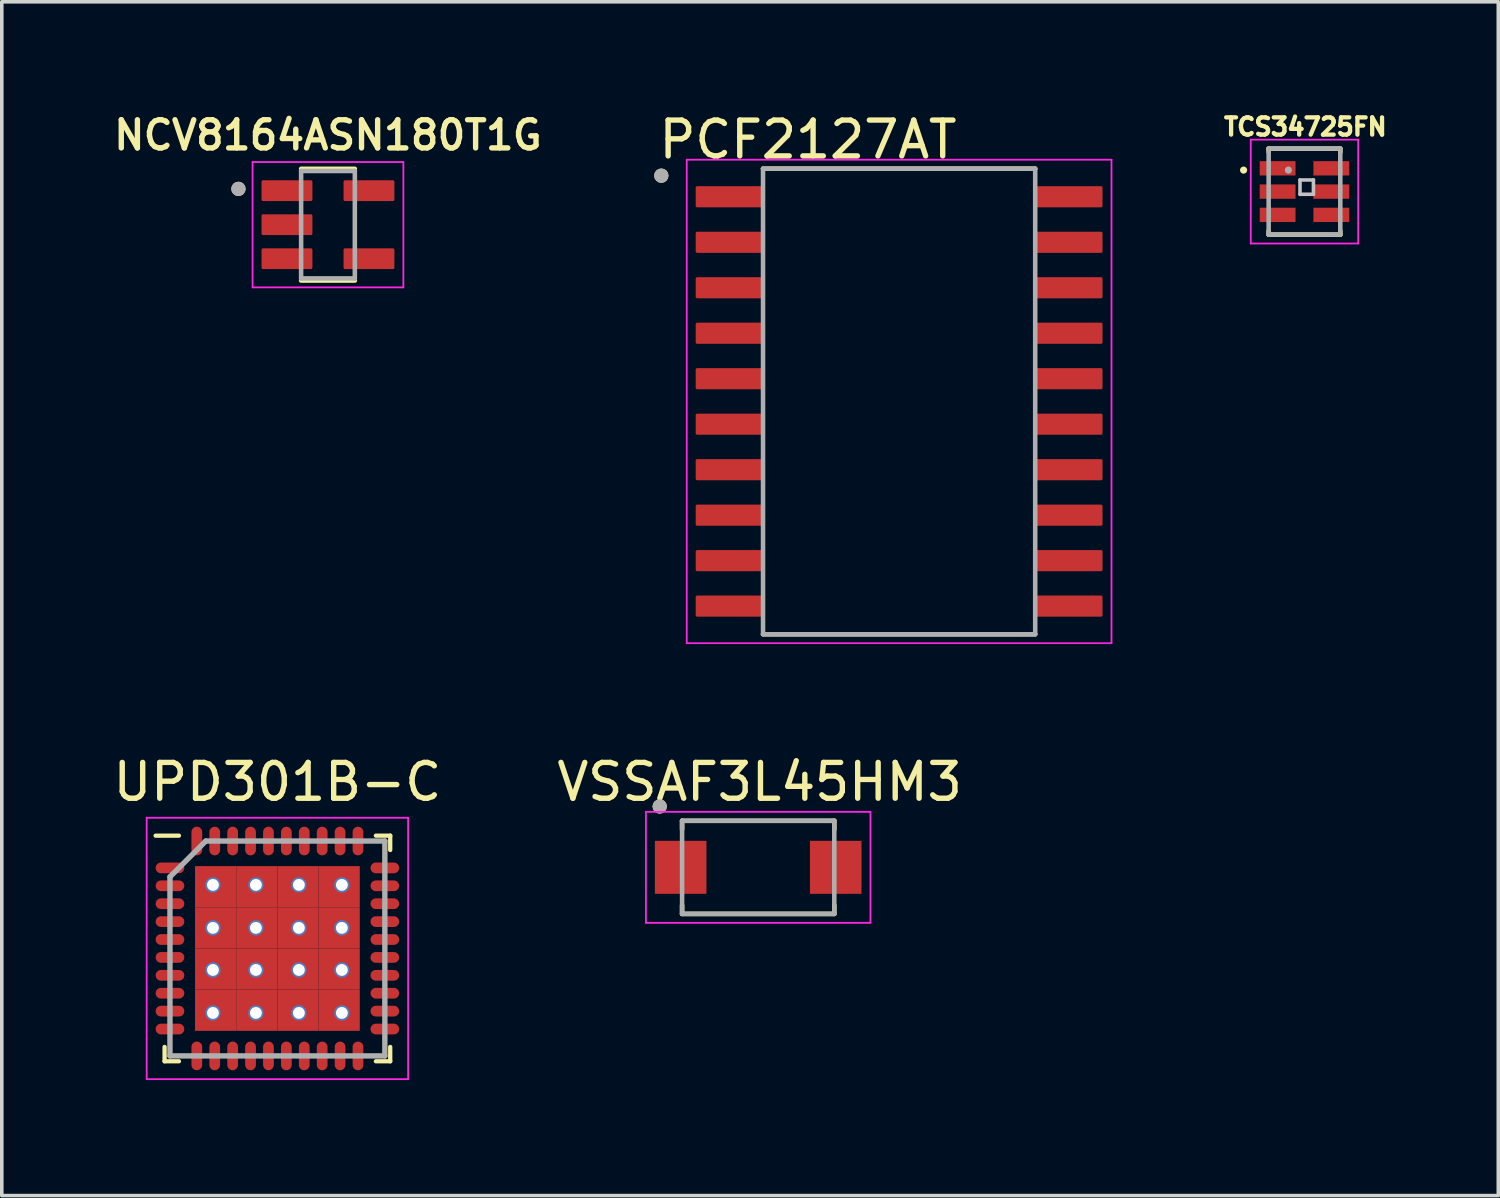
<source format=kicad_pcb>
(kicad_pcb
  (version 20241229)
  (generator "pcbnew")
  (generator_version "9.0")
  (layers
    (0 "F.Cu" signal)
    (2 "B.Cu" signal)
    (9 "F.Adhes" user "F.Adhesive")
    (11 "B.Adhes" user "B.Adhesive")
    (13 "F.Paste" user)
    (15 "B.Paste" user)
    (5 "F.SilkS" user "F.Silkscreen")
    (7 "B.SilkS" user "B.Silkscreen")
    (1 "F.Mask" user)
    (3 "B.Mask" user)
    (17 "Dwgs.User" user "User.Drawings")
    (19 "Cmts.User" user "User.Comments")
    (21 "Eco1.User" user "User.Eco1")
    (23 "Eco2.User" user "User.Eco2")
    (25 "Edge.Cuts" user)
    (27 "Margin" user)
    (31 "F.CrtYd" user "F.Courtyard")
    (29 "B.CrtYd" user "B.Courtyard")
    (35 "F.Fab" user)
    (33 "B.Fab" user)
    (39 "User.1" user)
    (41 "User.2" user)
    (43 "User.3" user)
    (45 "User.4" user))
  (footprint "TCS34725FN"
    (layer "F.Cu")
    (at 33.375 2.3)
    (property "Reference" "TCS34725FN" (at 0.024 -1.808 0) (layer "F.SilkS") (effects (font (size 0.481 0.481) (thickness 0.15))))
    (attr through_hole)
    (fp_line (start -1 -1.2) (end 1 -1.2) (stroke (width 0.127) (type solid)) (layer "F.SilkS"))
    (fp_line (start -1 -1.1) (end -1 -1.2) (stroke (width 0.127) (type solid)) (layer "F.SilkS"))
    (fp_line (start -1 1.2) (end -1 1.1) (stroke (width 0.127) (type solid)) (layer "F.SilkS"))
    (fp_line (start 1 -1.2) (end 1 -1.1) (stroke (width 0.127) (type solid)) (layer "F.SilkS"))
    (fp_line (start 1 1.1) (end 1 1.2) (stroke (width 0.127) (type solid)) (layer "F.SilkS"))
    (fp_line (start 1 1.2) (end -1 1.2) (stroke (width 0.127) (type solid)) (layer "F.SilkS"))
    (fp_circle (center -1.7 -0.6) (end -1.65 -0.6) (stroke (width 0.1) (type solid)) (fill no) (layer "F.SilkS"))
    (fp_line (start -0.125 -0.325) (end 0.25 -0.325) (stroke (width 0.1) (type solid)) (layer "Dwgs.User"))
    (fp_line (start -0.125 0.075) (end -0.125 -0.325) (stroke (width 0.1) (type solid)) (layer "Dwgs.User"))
    (fp_line (start 0.25 -0.325) (end 0.25 0.075) (stroke (width 0.1) (type solid)) (layer "Dwgs.User"))
    (fp_line (start 0.25 0.075) (end -0.125 0.075) (stroke (width 0.1) (type solid)) (layer "Dwgs.User"))
    (fp_line (start -1.5 -1.45) (end 1.5 -1.45) (stroke (width 0.05) (type solid)) (layer "F.CrtYd"))
    (fp_line (start -1.5 1.45) (end -1.5 -1.45) (stroke (width 0.05) (type solid)) (layer "F.CrtYd"))
    (fp_line (start 1.5 -1.45) (end 1.5 1.45) (stroke (width 0.05) (type solid)) (layer "F.CrtYd"))
    (fp_line (start 1.5 1.45) (end -1.5 1.45) (stroke (width 0.05) (type solid)) (layer "F.CrtYd"))
    (fp_line (start -1 -1.2) (end 1 -1.2) (stroke (width 0.127) (type solid)) (layer "F.Fab"))
    (fp_line (start -1 1.2) (end -1 -1.2) (stroke (width 0.127) (type solid)) (layer "F.Fab"))
    (fp_line (start 1 -1.2) (end 1 1.2) (stroke (width 0.127) (type solid)) (layer "F.Fab"))
    (fp_line (start 1 1.2) (end -1 1.2) (stroke (width 0.127) (type solid)) (layer "F.Fab"))
    (fp_circle (center -0.45 -0.6) (end -0.4 -0.6) (stroke (width 0.1) (type solid)) (fill no) (layer "F.Fab"))
    (pad "1" smd rect (at -0.75 -0.65) (size 1 0.4) (layers "F.Cu" "F.Mask" "F.Paste"))
    (pad "2" smd rect (at -0.75 0) (size 1 0.4) (layers "F.Cu" "F.Mask" "F.Paste"))
    (pad "3" smd rect (at -0.75 0.65) (size 1 0.4) (layers "F.Cu" "F.Mask" "F.Paste"))
    (pad "4" smd rect (at 0.75 0.65) (size 1 0.4) (layers "F.Cu" "F.Mask" "F.Paste"))
    (pad "5" smd rect (at 0.75 0) (size 1 0.4) (layers "F.Cu" "F.Mask" "F.Paste"))
    (pad "6" smd rect (at 0.75 -0.65) (size 1 0.4) (layers "F.Cu" "F.Mask" "F.Paste")))
  (footprint "PCF2127AT"
    (layer "F.Cu")
    (at 22.056 8.16)
    (property "Reference" "PCF2127AT" (at -2.545 -7.312 0) (layer "F.SilkS") (effects (font (size 1 1) (thickness 0.15))))
    (attr through_hole)
    (fp_line (start -3.8 -6.5) (end 3.8 -6.5) (stroke (width 0.127) (type solid)) (layer "F.SilkS"))
    (fp_line (start -3.8 6.5) (end 3.8 6.5) (stroke (width 0.127) (type solid)) (layer "F.SilkS"))
    (fp_circle (center -6.64 -6.305) (end -6.54 -6.305) (stroke (width 0.2) (type solid)) (fill no) (layer "F.SilkS"))
    (fp_line (start -5.93 -6.75) (end -5.93 6.75) (stroke (width 0.05) (type solid)) (layer "F.CrtYd"))
    (fp_line (start -5.93 -6.75) (end 5.93 -6.75) (stroke (width 0.05) (type solid)) (layer "F.CrtYd"))
    (fp_line (start -5.93 6.75) (end 5.93 6.75) (stroke (width 0.05) (type solid)) (layer "F.CrtYd"))
    (fp_line (start 5.93 -6.75) (end 5.93 6.75) (stroke (width 0.05) (type solid)) (layer "F.CrtYd"))
    (fp_line (start -3.8 -6.5) (end -3.8 6.5) (stroke (width 0.127) (type solid)) (layer "F.Fab"))
    (fp_line (start -3.8 -6.5) (end 3.8 -6.5) (stroke (width 0.127) (type solid)) (layer "F.Fab"))
    (fp_line (start -3.8 6.5) (end 3.8 6.5) (stroke (width 0.127) (type solid)) (layer "F.Fab"))
    (fp_line (start 3.8 -6.5) (end 3.8 6.5) (stroke (width 0.127) (type solid)) (layer "F.Fab"))
    (fp_circle (center -6.64 -6.305) (end -6.54 -6.305) (stroke (width 0.2) (type solid)) (fill no) (layer "F.Fab"))
    (pad "1" smd roundrect (at -4.72 -5.715) (size 1.92 0.59) (layers "F.Cu" "F.Mask" "F.Paste") (roundrect_rratio 0.07))
    (pad "2" smd roundrect (at -4.72 -4.445) (size 1.92 0.59) (layers "F.Cu" "F.Mask" "F.Paste") (roundrect_rratio 0.07))
    (pad "3" smd roundrect (at -4.72 -3.175) (size 1.92 0.59) (layers "F.Cu" "F.Mask" "F.Paste") (roundrect_rratio 0.07))
    (pad "4" smd roundrect (at -4.72 -1.905) (size 1.92 0.59) (layers "F.Cu" "F.Mask" "F.Paste") (roundrect_rratio 0.07))
    (pad "5" smd roundrect (at -4.72 -0.635) (size 1.92 0.59) (layers "F.Cu" "F.Mask" "F.Paste") (roundrect_rratio 0.07))
    (pad "6" smd roundrect (at -4.72 0.635) (size 1.92 0.59) (layers "F.Cu" "F.Mask" "F.Paste") (roundrect_rratio 0.07))
    (pad "7" smd roundrect (at -4.72 1.905) (size 1.92 0.59) (layers "F.Cu" "F.Mask" "F.Paste") (roundrect_rratio 0.07))
    (pad "8" smd roundrect (at -4.72 3.175) (size 1.92 0.59) (layers "F.Cu" "F.Mask" "F.Paste") (roundrect_rratio 0.07))
    (pad "9" smd roundrect (at -4.72 4.445) (size 1.92 0.59) (layers "F.Cu" "F.Mask" "F.Paste") (roundrect_rratio 0.07))
    (pad "10" smd roundrect (at -4.72 5.715) (size 1.92 0.59) (layers "F.Cu" "F.Mask" "F.Paste") (roundrect_rratio 0.07))
    (pad "11" smd roundrect (at 4.72 5.715) (size 1.92 0.59) (layers "F.Cu" "F.Mask" "F.Paste") (roundrect_rratio 0.07))
    (pad "12" smd roundrect (at 4.72 4.445) (size 1.92 0.59) (layers "F.Cu" "F.Mask" "F.Paste") (roundrect_rratio 0.07))
    (pad "13" smd roundrect (at 4.72 3.175) (size 1.92 0.59) (layers "F.Cu" "F.Mask" "F.Paste") (roundrect_rratio 0.07))
    (pad "14" smd roundrect (at 4.72 1.905) (size 1.92 0.59) (layers "F.Cu" "F.Mask" "F.Paste") (roundrect_rratio 0.07))
    (pad "15" smd roundrect (at 4.72 0.635) (size 1.92 0.59) (layers "F.Cu" "F.Mask" "F.Paste") (roundrect_rratio 0.07))
    (pad "16" smd roundrect (at 4.72 -0.635) (size 1.92 0.59) (layers "F.Cu" "F.Mask" "F.Paste") (roundrect_rratio 0.07))
    (pad "17" smd roundrect (at 4.72 -1.905) (size 1.92 0.59) (layers "F.Cu" "F.Mask" "F.Paste") (roundrect_rratio 0.07))
    (pad "18" smd roundrect (at 4.72 -3.175) (size 1.92 0.59) (layers "F.Cu" "F.Mask" "F.Paste") (roundrect_rratio 0.07))
    (pad "19" smd roundrect (at 4.72 -4.445) (size 1.92 0.59) (layers "F.Cu" "F.Mask" "F.Paste") (roundrect_rratio 0.07))
    (pad "20" smd roundrect (at 4.72 -5.715) (size 1.92 0.59) (layers "F.Cu" "F.Mask" "F.Paste") (roundrect_rratio 0.07)))
  (footprint "NCV8164ASN180T1G"
    (layer "F.Cu")
    (at 6.108 3.224)
    (property "Reference" "NCV8164ASN180T1G" (at 0 -2.5 0) (layer "F.SilkS") (effects (font (size 0.787 0.787) (thickness 0.15))))
    (attr through_hole)
    (fp_line (start -0.75 -1.56) (end 0.75 -1.56) (stroke (width 0.127) (type solid)) (layer "F.SilkS"))
    (fp_line (start 0.75 1.56) (end -0.75 1.56) (stroke (width 0.127) (type solid)) (layer "F.SilkS"))
    (fp_circle (center -2.5 -1) (end -2.4 -1) (stroke (width 0.2) (type solid)) (fill no) (layer "F.SilkS"))
    (fp_line (start -2.105 -1.75) (end 2.105 -1.75) (stroke (width 0.05) (type solid)) (layer "F.CrtYd"))
    (fp_line (start -2.105 1.75) (end -2.105 -1.75) (stroke (width 0.05) (type solid)) (layer "F.CrtYd"))
    (fp_line (start 2.105 -1.75) (end 2.105 1.75) (stroke (width 0.05) (type solid)) (layer "F.CrtYd"))
    (fp_line (start 2.105 1.75) (end -2.105 1.75) (stroke (width 0.05) (type solid)) (layer "F.CrtYd"))
    (fp_line (start -0.75 -1.5) (end 0.75 -1.5) (stroke (width 0.127) (type solid)) (layer "F.Fab"))
    (fp_line (start -0.75 1.5) (end -0.75 -1.5) (stroke (width 0.127) (type solid)) (layer "F.Fab"))
    (fp_line (start 0.75 -1.5) (end 0.75 1.5) (stroke (width 0.127) (type solid)) (layer "F.Fab"))
    (fp_line (start 0.75 1.5) (end -0.75 1.5) (stroke (width 0.127) (type solid)) (layer "F.Fab"))
    (fp_circle (center -2.5 -1) (end -2.4 -1) (stroke (width 0.2) (type solid)) (fill no) (layer "F.Fab"))
    (pad "1" smd roundrect (at -1.145 -0.95) (size 1.42 0.58) (layers "F.Cu" "F.Mask" "F.Paste") (roundrect_rratio 0.07))
    (pad "2" smd roundrect (at -1.145 0) (size 1.42 0.58) (layers "F.Cu" "F.Mask" "F.Paste") (roundrect_rratio 0.07))
    (pad "3" smd roundrect (at -1.145 0.95) (size 1.42 0.58) (layers "F.Cu" "F.Mask" "F.Paste") (roundrect_rratio 0.07))
    (pad "4" smd roundrect (at 1.145 0.95) (size 1.42 0.58) (layers "F.Cu" "F.Mask" "F.Paste") (roundrect_rratio 0.07))
    (pad "5" smd roundrect (at 1.145 -0.95) (size 1.42 0.58) (layers "F.Cu" "F.Mask" "F.Paste") (roundrect_rratio 0.07)))
  (footprint "UPD301B-C"
    (layer "F.Cu")
    (at 1.046 27.084)
    (property "Reference" "UPD301B-C" (at 3.65 -8.3 0) (layer "F.SilkS") (effects (font (size 1 1) (thickness 0.15))))
    (attr through_hole)
    (fp_line (start 0.5 -0.5) (end 0.5 -0.9) (stroke (width 0.12) (type solid)) (layer "F.SilkS"))
    (fp_line (start 0.9 -6.8) (end 0.25 -6.8) (stroke (width 0.12) (type solid)) (layer "F.SilkS"))
    (fp_line (start 0.9 -0.5) (end 0.5 -0.5) (stroke (width 0.12) (type solid)) (layer "F.SilkS"))
    (fp_line (start 6.4 -6.8) (end 6.8 -6.8) (stroke (width 0.12) (type solid)) (layer "F.SilkS"))
    (fp_line (start 6.4 -0.5) (end 6.8 -0.5) (stroke (width 0.12) (type solid)) (layer "F.SilkS"))
    (fp_line (start 6.8 -6.8) (end 6.8 -6.4) (stroke (width 0.12) (type solid)) (layer "F.SilkS"))
    (fp_line (start 6.8 -0.5) (end 6.8 -0.9) (stroke (width 0.12) (type solid)) (layer "F.SilkS"))
    (fp_line (start 0 -7.3) (end 7.3 -7.3) (stroke (width 0.05) (type solid)) (layer "F.CrtYd"))
    (fp_line (start 0 0) (end 0 -7.3) (stroke (width 0.05) (type solid)) (layer "F.CrtYd"))
    (fp_line (start 7.3 -7.3) (end 7.3 0) (stroke (width 0.05) (type solid)) (layer "F.CrtYd"))
    (fp_line (start 7.3 0) (end 0 0) (stroke (width 0.05) (type solid)) (layer "F.CrtYd"))
    (fp_line (start 0.65 -5.65) (end 0.65 -0.65) (stroke (width 0.15) (type solid)) (layer "F.Fab"))
    (fp_line (start 0.65 -0.65) (end 6.65 -0.65) (stroke (width 0.15) (type solid)) (layer "F.Fab"))
    (fp_line (start 1.65 -6.65) (end 0.65 -5.65) (stroke (width 0.15) (type solid)) (layer "F.Fab"))
    (fp_line (start 6.65 -6.65) (end 1.65 -6.65) (stroke (width 0.15) (type solid)) (layer "F.Fab"))
    (fp_line (start 6.65 -0.65) (end 6.65 -6.65) (stroke (width 0.15) (type solid)) (layer "F.Fab"))
    (pad "1" smd oval (at 0.65 -5.9 90) (size 0.3 0.8) (layers "F.Cu" "F.Mask" "F.Paste"))
    (pad "2" smd oval (at 0.65 -5.4 90) (size 0.3 0.8) (layers "F.Cu" "F.Mask" "F.Paste"))
    (pad "3" smd oval (at 0.65 -4.9 90) (size 0.3 0.8) (layers "F.Cu" "F.Mask" "F.Paste"))
    (pad "4" smd oval (at 0.65 -4.4 90) (size 0.3 0.8) (layers "F.Cu" "F.Mask" "F.Paste"))
    (pad "5" smd oval (at 0.65 -3.9 90) (size 0.3 0.8) (layers "F.Cu" "F.Mask" "F.Paste"))
    (pad "6" smd oval (at 0.65 -3.4 90) (size 0.3 0.8) (layers "F.Cu" "F.Mask" "F.Paste"))
    (pad "7" smd oval (at 0.65 -2.9 90) (size 0.3 0.8) (layers "F.Cu" "F.Mask" "F.Paste"))
    (pad "8" smd oval (at 0.65 -2.4 90) (size 0.3 0.8) (layers "F.Cu" "F.Mask" "F.Paste"))
    (pad "9" smd oval (at 0.65 -1.9 90) (size 0.3 0.8) (layers "F.Cu" "F.Mask" "F.Paste"))
    (pad "10" smd oval (at 0.65 -1.4 90) (size 0.3 0.8) (layers "F.Cu" "F.Mask" "F.Paste"))
    (pad "11" smd oval (at 1.4 -0.65) (size 0.3 0.8) (layers "F.Cu" "F.Mask" "F.Paste"))
    (pad "12" smd oval (at 1.9 -0.65) (size 0.3 0.8) (layers "F.Cu" "F.Mask" "F.Paste"))
    (pad "13" smd oval (at 2.4 -0.65) (size 0.3 0.8) (layers "F.Cu" "F.Mask" "F.Paste"))
    (pad "14" smd oval (at 2.9 -0.65) (size 0.3 0.8) (layers "F.Cu" "F.Mask" "F.Paste"))
    (pad "15" smd oval (at 3.4 -0.65) (size 0.3 0.8) (layers "F.Cu" "F.Mask" "F.Paste"))
    (pad "16" smd oval (at 3.9 -0.65) (size 0.3 0.8) (layers "F.Cu" "F.Mask" "F.Paste"))
    (pad "17" smd oval (at 4.4 -0.65) (size 0.3 0.8) (layers "F.Cu" "F.Mask" "F.Paste"))
    (pad "18" smd oval (at 4.9 -0.65) (size 0.3 0.8) (layers "F.Cu" "F.Mask" "F.Paste"))
    (pad "19" smd oval (at 5.4 -0.65) (size 0.3 0.8) (layers "F.Cu" "F.Mask" "F.Paste"))
    (pad "20" smd oval (at 5.9 -0.65) (size 0.3 0.8) (layers "F.Cu" "F.Mask" "F.Paste"))
    (pad "21" smd oval (at 6.65 -1.4 90) (size 0.3 0.8) (layers "F.Cu" "F.Mask" "F.Paste"))
    (pad "22" smd oval (at 6.65 -1.9 90) (size 0.3 0.8) (layers "F.Cu" "F.Mask" "F.Paste"))
    (pad "23" smd oval (at 6.65 -2.4 90) (size 0.3 0.8) (layers "F.Cu" "F.Mask" "F.Paste"))
    (pad "24" smd oval (at 6.65 -2.9 90) (size 0.3 0.8) (layers "F.Cu" "F.Mask" "F.Paste"))
    (pad "25" smd oval (at 6.65 -3.4 90) (size 0.3 0.8) (layers "F.Cu" "F.Mask" "F.Paste"))
    (pad "26" smd oval (at 6.65 -3.9 90) (size 0.3 0.8) (layers "F.Cu" "F.Mask" "F.Paste"))
    (pad "27" smd oval (at 6.65 -4.4 90) (size 0.3 0.8) (layers "F.Cu" "F.Mask" "F.Paste"))
    (pad "28" smd oval (at 6.65 -4.9 90) (size 0.3 0.8) (layers "F.Cu" "F.Mask" "F.Paste"))
    (pad "29" smd oval (at 6.65 -5.4 90) (size 0.3 0.8) (layers "F.Cu" "F.Mask" "F.Paste"))
    (pad "30" smd oval (at 6.65 -5.9 90) (size 0.3 0.8) (layers "F.Cu" "F.Mask" "F.Paste"))
    (pad "31" smd oval (at 5.9 -6.65) (size 0.3 0.8) (layers "F.Cu" "F.Mask" "F.Paste"))
    (pad "32" smd oval (at 5.4 -6.65) (size 0.3 0.8) (layers "F.Cu" "F.Mask" "F.Paste"))
    (pad "33" smd oval (at 4.9 -6.65) (size 0.3 0.8) (layers "F.Cu" "F.Mask" "F.Paste"))
    (pad "34" smd oval (at 4.4 -6.65) (size 0.3 0.8) (layers "F.Cu" "F.Mask" "F.Paste"))
    (pad "35" smd oval (at 3.9 -6.65) (size 0.3 0.8) (layers "F.Cu" "F.Mask" "F.Paste"))
    (pad "36" smd oval (at 3.4 -6.65) (size 0.3 0.8) (layers "F.Cu" "F.Mask" "F.Paste"))
    (pad "37" smd oval (at 2.9 -6.65) (size 0.3 0.8) (layers "F.Cu" "F.Mask" "F.Paste"))
    (pad "38" smd oval (at 2.4 -6.65) (size 0.3 0.8) (layers "F.Cu" "F.Mask" "F.Paste"))
    (pad "39" smd oval (at 1.9 -6.65) (size 0.3 0.8) (layers "F.Cu" "F.Mask" "F.Paste"))
    (pad "40" smd oval (at 1.4 -6.65) (size 0.3 0.8) (layers "F.Cu" "F.Mask" "F.Paste"))
    (pad "41" thru_hole circle (at 1.85 -5.425) (size 0.43 0.43) (drill 0.33) (layers "*.Cu" "*.Mask"))
    (pad "41" thru_hole circle (at 1.85 -4.225) (size 0.43 0.43) (drill 0.33) (layers "*.Cu" "*.Mask"))
    (pad "41" thru_hole circle (at 1.85 -3.05) (size 0.43 0.43) (drill 0.33) (layers "*.Cu" "*.Mask"))
    (pad "41" thru_hole circle (at 1.85 -1.85) (size 0.43 0.43) (drill 0.33) (layers "*.Cu" "*.Mask"))
    (pad "41" smd rect (at 1.925 -5.375) (size 1.15 1.15) (layers "F.Cu" "F.Mask" "F.Paste"))
    (pad "41" smd rect (at 1.925 -4.225) (size 1.15 1.15) (layers "F.Cu" "F.Mask" "F.Paste"))
    (pad "41" smd rect (at 1.925 -3.075) (size 1.15 1.15) (layers "F.Cu" "F.Mask" "F.Paste"))
    (pad "41" smd rect (at 1.925 -1.925) (size 1.15 1.15) (layers "F.Cu" "F.Mask" "F.Paste"))
    (pad "41" thru_hole circle (at 3.05 -5.425) (size 0.43 0.43) (drill 0.33) (layers "*.Cu" "*.Mask"))
    (pad "41" thru_hole circle (at 3.05 -4.225) (size 0.43 0.43) (drill 0.33) (layers "*.Cu" "*.Mask"))
    (pad "41" thru_hole circle (at 3.05 -3.05) (size 0.43 0.43) (drill 0.33) (layers "*.Cu" "*.Mask"))
    (pad "41" thru_hole circle (at 3.05 -1.85) (size 0.43 0.43) (drill 0.33) (layers "*.Cu" "*.Mask"))
    (pad "41" smd rect (at 3.075 -5.375) (size 1.15 1.15) (layers "F.Cu" "F.Mask" "F.Paste"))
    (pad "41" smd rect (at 3.075 -4.225) (size 1.15 1.15) (layers "F.Cu" "F.Mask" "F.Paste"))
    (pad "41" smd rect (at 3.075 -3.075) (size 1.15 1.15) (layers "F.Cu" "F.Mask" "F.Paste"))
    (pad "41" smd rect (at 3.075 -1.925) (size 1.15 1.15) (layers "F.Cu" "F.Mask" "F.Paste"))
    (pad "41" smd rect (at 4.225 -5.375) (size 1.15 1.15) (layers "F.Cu" "F.Mask" "F.Paste"))
    (pad "41" smd rect (at 4.225 -4.225) (size 1.15 1.15) (layers "F.Cu" "F.Mask" "F.Paste"))
    (pad "41" smd rect (at 4.225 -3.075) (size 1.15 1.15) (layers "F.Cu" "F.Mask" "F.Paste"))
    (pad "41" smd rect (at 4.225 -1.925) (size 1.15 1.15) (layers "F.Cu" "F.Mask" "F.Paste"))
    (pad "41" thru_hole circle (at 4.25 -5.425) (size 0.43 0.43) (drill 0.33) (layers "*.Cu" "*.Mask"))
    (pad "41" thru_hole circle (at 4.25 -4.225) (size 0.43 0.43) (drill 0.33) (layers "*.Cu" "*.Mask"))
    (pad "41" thru_hole circle (at 4.25 -3.05) (size 0.43 0.43) (drill 0.33) (layers "*.Cu" "*.Mask"))
    (pad "41" thru_hole circle (at 4.25 -1.85) (size 0.43 0.43) (drill 0.33) (layers "*.Cu" "*.Mask"))
    (pad "41" smd rect (at 5.375 -5.375) (size 1.15 1.15) (layers "F.Cu" "F.Mask" "F.Paste"))
    (pad "41" smd rect (at 5.375 -4.225) (size 1.15 1.15) (layers "F.Cu" "F.Mask" "F.Paste"))
    (pad "41" smd rect (at 5.375 -3.075) (size 1.15 1.15) (layers "F.Cu" "F.Mask" "F.Paste"))
    (pad "41" smd rect (at 5.375 -1.925) (size 1.15 1.15) (layers "F.Cu" "F.Mask" "F.Paste"))
    (pad "41" thru_hole circle (at 5.45 -5.425) (size 0.43 0.43) (drill 0.33) (layers "*.Cu" "*.Mask"))
    (pad "41" thru_hole circle (at 5.45 -4.225) (size 0.43 0.43) (drill 0.33) (layers "*.Cu" "*.Mask"))
    (pad "41" thru_hole circle (at 5.45 -3.05) (size 0.43 0.43) (drill 0.33) (layers "*.Cu" "*.Mask"))
    (pad "41" thru_hole circle (at 5.45 -1.85) (size 0.43 0.43) (drill 0.33) (layers "*.Cu" "*.Mask")))
  (footprint "VSSAF3L45HM3"
    (layer "F.Cu")
    (at 18.121 21.169)
    (property "Reference" "VSSAF3L45HM3" (at 0.04 -2.385 0) (layer "F.SilkS") (effects (font (size 1 1) (thickness 0.15))))
    (attr through_hole)
    (fp_line (start -2.125 -1.3) (end 2.125 -1.3) (stroke (width 0.127) (type solid)) (layer "F.SilkS"))
    (fp_line (start -2.125 -1.06) (end -2.125 -1.3) (stroke (width 0.127) (type solid)) (layer "F.SilkS"))
    (fp_line (start -2.125 1.3) (end -2.125 1.06) (stroke (width 0.127) (type solid)) (layer "F.SilkS"))
    (fp_line (start 2.125 -1.3) (end 2.125 -1.06) (stroke (width 0.127) (type solid)) (layer "F.SilkS"))
    (fp_line (start 2.125 1.3) (end -2.125 1.3) (stroke (width 0.127) (type solid)) (layer "F.SilkS"))
    (fp_line (start 2.125 1.3) (end 2.125 1.06) (stroke (width 0.127) (type solid)) (layer "F.SilkS"))
    (fp_circle (center -2.75 -1.7) (end -2.65 -1.7) (stroke (width 0.2) (type solid)) (fill no) (layer "F.SilkS"))
    (fp_line (start -3.135 -1.55) (end -3.135 1.55) (stroke (width 0.05) (type solid)) (layer "F.CrtYd"))
    (fp_line (start -3.135 1.55) (end 3.135 1.55) (stroke (width 0.05) (type solid)) (layer "F.CrtYd"))
    (fp_line (start 3.135 -1.55) (end -3.135 -1.55) (stroke (width 0.05) (type solid)) (layer "F.CrtYd"))
    (fp_line (start 3.135 1.55) (end 3.135 -1.55) (stroke (width 0.05) (type solid)) (layer "F.CrtYd"))
    (fp_line (start -2.125 -1.3) (end 2.125 -1.3) (stroke (width 0.127) (type solid)) (layer "F.Fab"))
    (fp_line (start -2.125 1.3) (end -2.125 -1.3) (stroke (width 0.127) (type solid)) (layer "F.Fab"))
    (fp_line (start 2.125 -1.3) (end 2.125 1.3) (stroke (width 0.127) (type solid)) (layer "F.Fab"))
    (fp_line (start 2.125 1.3) (end -2.125 1.3) (stroke (width 0.127) (type solid)) (layer "F.Fab"))
    (fp_circle (center -2.75 -1.7) (end -2.65 -1.7) (stroke (width 0.2) (type solid)) (fill no) (layer "F.Fab"))
    (pad "1" smd rect (at -2.165 0) (size 1.44 1.48) (layers "F.Cu" "F.Mask" "F.Paste"))
    (pad "2" smd rect (at 2.165 0) (size 1.44 1.48) (layers "F.Cu" "F.Mask" "F.Paste")))
  (gr_rect
    (start -3 -3)
    (end 38.787 30.334)
    (stroke (width 0.1) (type default))
    (fill no)
    (layer "Edge.Cuts")))
</source>
